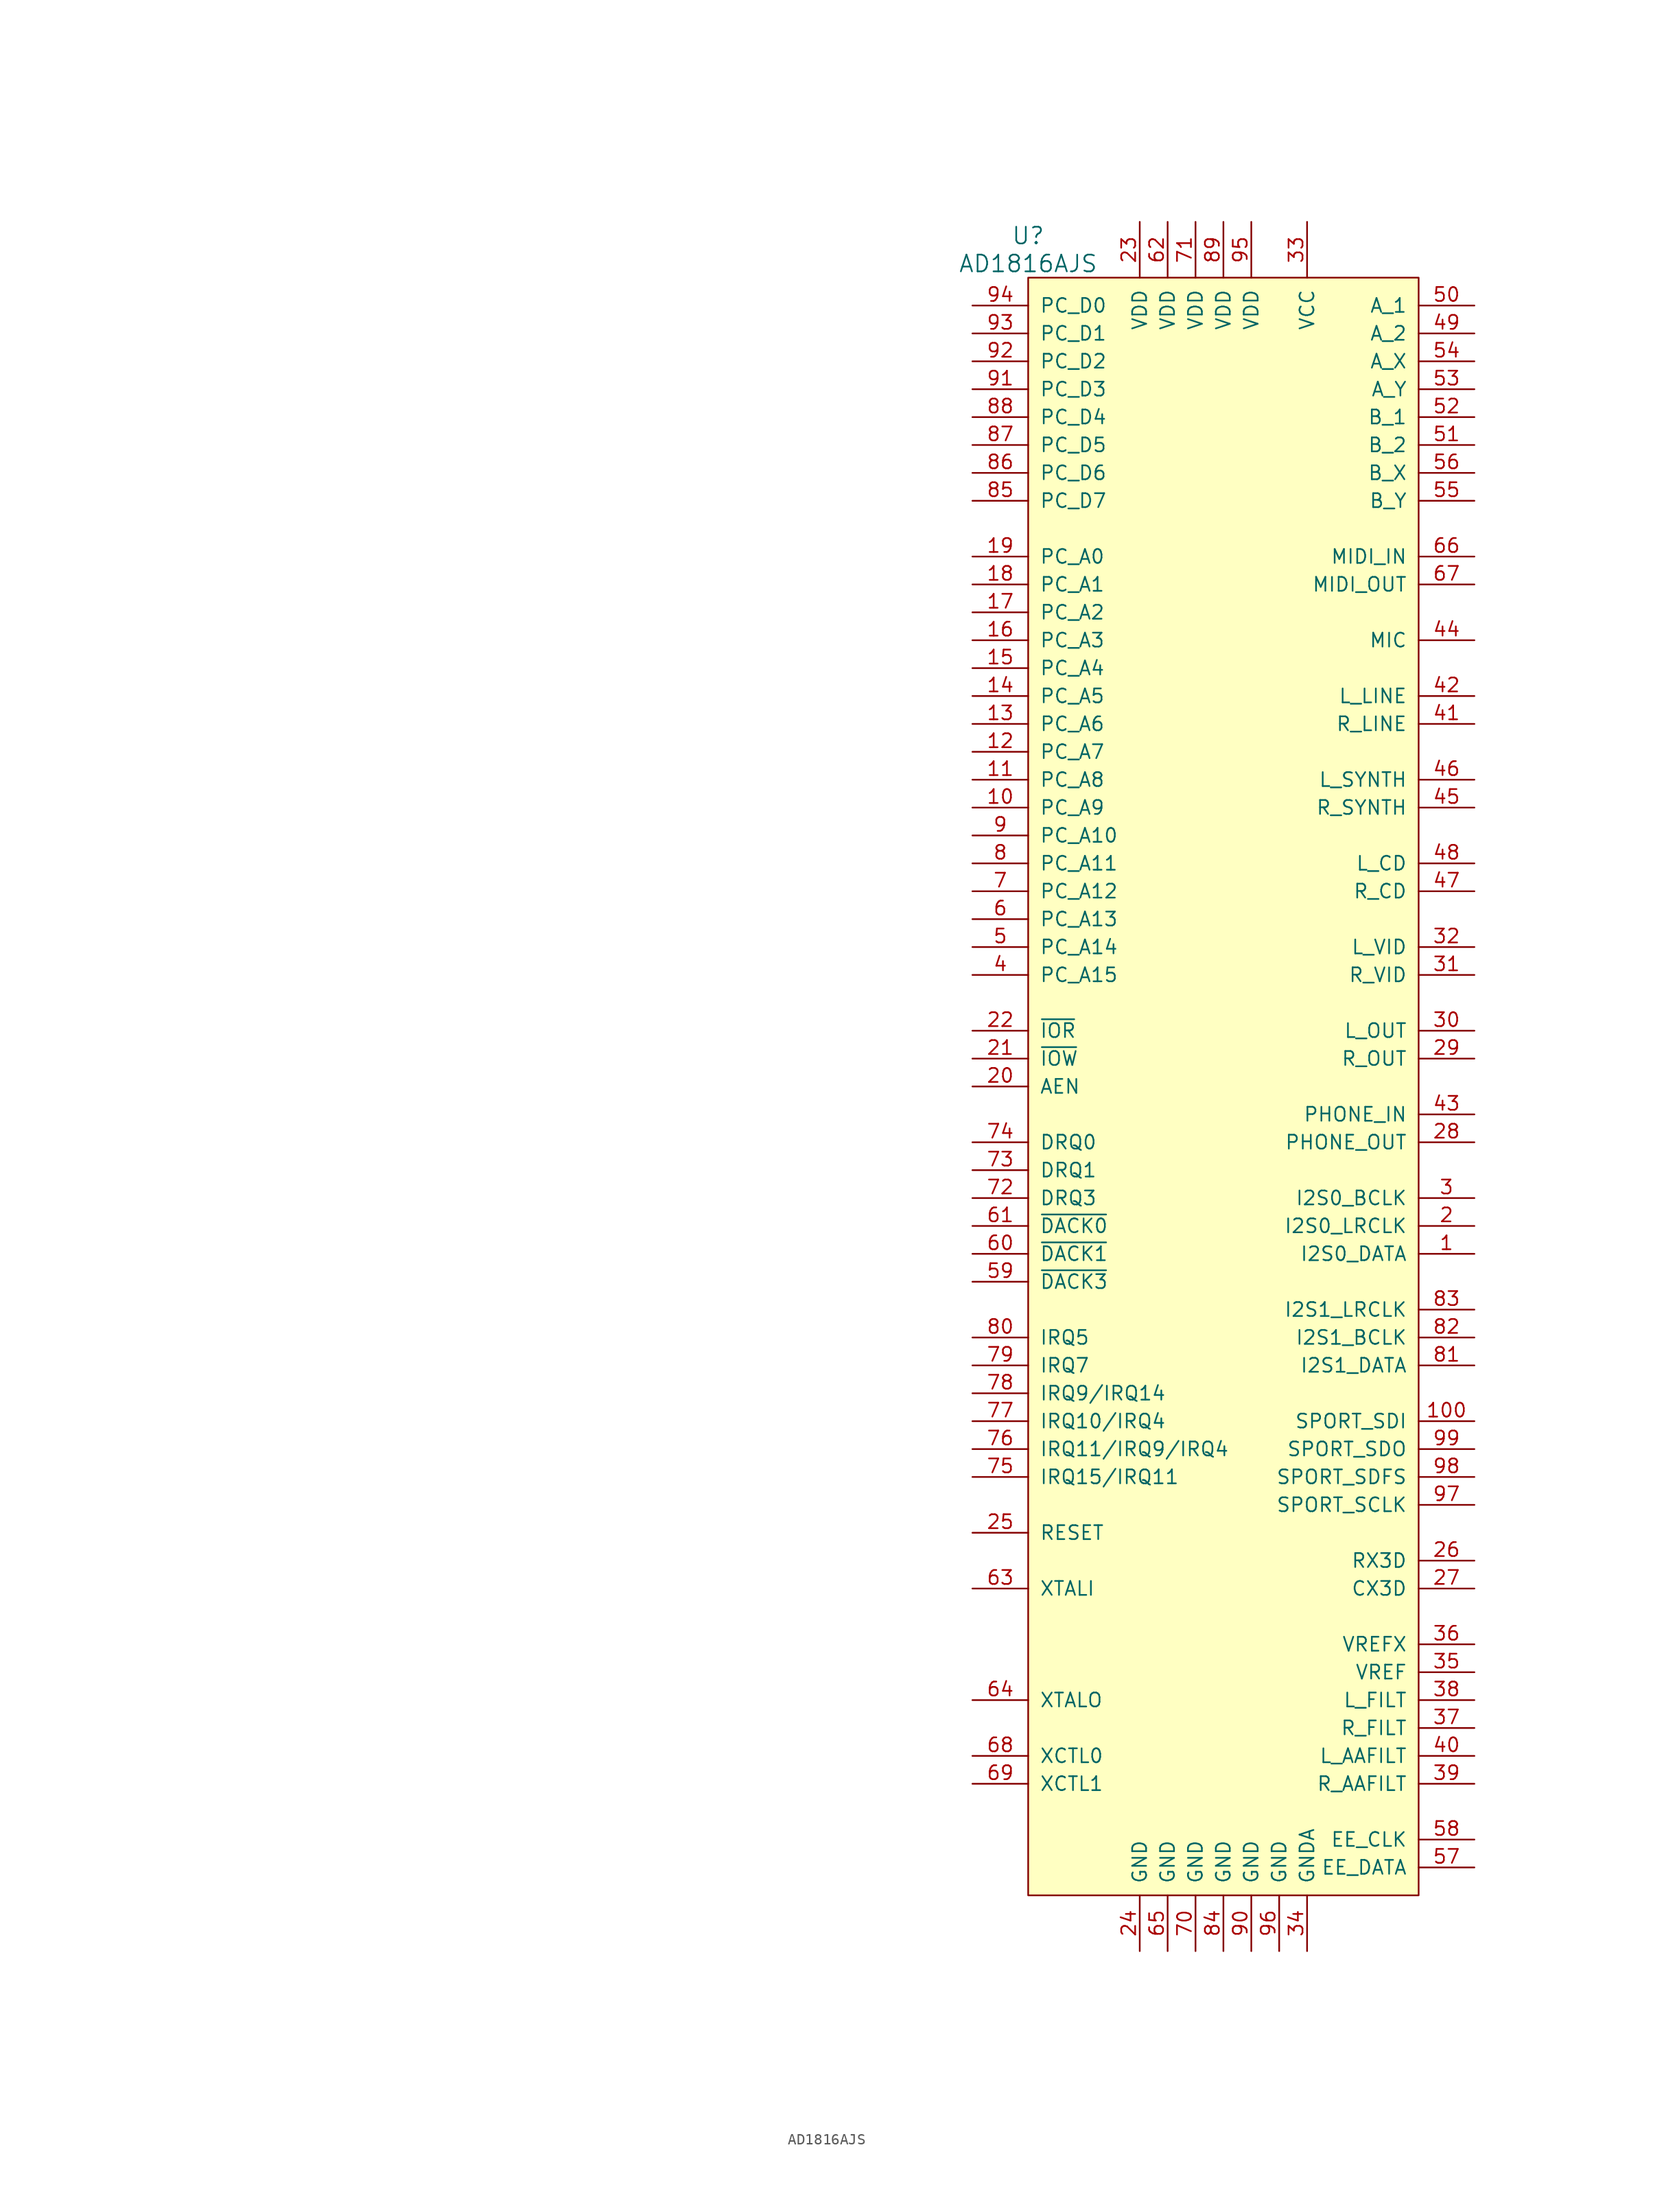
<source format=kicad_sym>
(kicad_symbol_lib
  (version 20211014)
  (generator kicad_symbol_editor)
  (symbol "AD1816AJS"
    (pin_names
      (offset 1.016))
    (property "Reference" "U"
      (at -17.78 54.61 0)
      (effects (font (size 1.524 1.524))))
    (property "Value" "AD1816AJS"
      (at -17.78 52.07 0)
      (effects (font (size 1.524 1.524))))
    (property "Footprint" ""
      (at -95.25 26.67 0)
      (effects (font (size 1.524 1.524))))
    (property "Datasheet" ""
      (at -95.25 26.67 0)
      (effects (font (size 1.524 1.524))))
    (symbol "AD1816AJS_0_1"
      (rectangle (start -17.78 50.8) (end 17.78 -96.52) (stroke (width 0) (type default) (color 0 0 0 0)) (fill (type background))))
    (symbol "AD1816AJS_1_1"
      (pin input line (at 22.86 -38.1 180) (length 5.08) (name "I2S0_DATA" (effects (font (size 1.27 1.27)))) (number "1" (effects (font (size 1.27 1.27)))))
      (pin input line (at -22.86 2.54 0) (length 5.08) (name "PC_A9" (effects (font (size 1.27 1.27)))) (number "10" (effects (font (size 1.27 1.27)))))
      (pin input line (at 22.86 -53.34 180) (length 5.08) (name "SPORT_SDI" (effects (font (size 1.27 1.27)))) (number "100" (effects (font (size 1.27 1.27)))))
      (pin input line (at -22.86 5.08 0) (length 5.08) (name "PC_A8" (effects (font (size 1.27 1.27)))) (number "11" (effects (font (size 1.27 1.27)))))
      (pin input line (at -22.86 7.62 0) (length 5.08) (name "PC_A7" (effects (font (size 1.27 1.27)))) (number "12" (effects (font (size 1.27 1.27)))))
      (pin input line (at -22.86 10.16 0) (length 5.08) (name "PC_A6" (effects (font (size 1.27 1.27)))) (number "13" (effects (font (size 1.27 1.27)))))
      (pin input line (at -22.86 12.7 0) (length 5.08) (name "PC_A5" (effects (font (size 1.27 1.27)))) (number "14" (effects (font (size 1.27 1.27)))))
      (pin input line (at -22.86 15.24 0) (length 5.08) (name "PC_A4" (effects (font (size 1.27 1.27)))) (number "15" (effects (font (size 1.27 1.27)))))
      (pin input line (at -22.86 17.78 0) (length 5.08) (name "PC_A3" (effects (font (size 1.27 1.27)))) (number "16" (effects (font (size 1.27 1.27)))))
      (pin input line (at -22.86 20.32 0) (length 5.08) (name "PC_A2" (effects (font (size 1.27 1.27)))) (number "17" (effects (font (size 1.27 1.27)))))
      (pin input line (at -22.86 22.86 0) (length 5.08) (name "PC_A1" (effects (font (size 1.27 1.27)))) (number "18" (effects (font (size 1.27 1.27)))))
      (pin input line (at -22.86 25.4 0) (length 5.08) (name "PC_A0" (effects (font (size 1.27 1.27)))) (number "19" (effects (font (size 1.27 1.27)))))
      (pin input line (at 22.86 -35.56 180) (length 5.08) (name "I2S0_LRCLK" (effects (font (size 1.27 1.27)))) (number "2" (effects (font (size 1.27 1.27)))))
      (pin input line (at -22.86 -22.86 0) (length 5.08) (name "AEN" (effects (font (size 1.27 1.27)))) (number "20" (effects (font (size 1.27 1.27)))))
      (pin input line (at -22.86 -20.32 0) (length 5.08) (name "~{IOW}" (effects (font (size 1.27 1.27)))) (number "21" (effects (font (size 1.27 1.27)))))
      (pin input line (at -22.86 -17.78 0) (length 5.08) (name "~{IOR}" (effects (font (size 1.27 1.27)))) (number "22" (effects (font (size 1.27 1.27)))))
      (pin power_in line (at -7.62 55.88 270) (length 5.08) (name "VDD" (effects (font (size 1.27 1.27)))) (number "23" (effects (font (size 1.27 1.27)))))
      (pin power_in line (at -7.62 -101.6 90) (length 5.08) (name "GND" (effects (font (size 1.27 1.27)))) (number "24" (effects (font (size 1.27 1.27)))))
      (pin input line (at -22.86 -63.5 0) (length 5.08) (name "RESET" (effects (font (size 1.27 1.27)))) (number "25" (effects (font (size 1.27 1.27)))))
      (pin output line (at 22.86 -66.04 180) (length 5.08) (name "RX3D" (effects (font (size 1.27 1.27)))) (number "26" (effects (font (size 1.27 1.27)))))
      (pin input line (at 22.86 -68.58 180) (length 5.08) (name "CX3D" (effects (font (size 1.27 1.27)))) (number "27" (effects (font (size 1.27 1.27)))))
      (pin output line (at 22.86 -27.94 180) (length 5.08) (name "PHONE_OUT" (effects (font (size 1.27 1.27)))) (number "28" (effects (font (size 1.27 1.27)))))
      (pin output line (at 22.86 -20.32 180) (length 5.08) (name "R_OUT" (effects (font (size 1.27 1.27)))) (number "29" (effects (font (size 1.27 1.27)))))
      (pin input line (at 22.86 -33.02 180) (length 5.08) (name "I2S0_BCLK" (effects (font (size 1.27 1.27)))) (number "3" (effects (font (size 1.27 1.27)))))
      (pin output line (at 22.86 -17.78 180) (length 5.08) (name "L_OUT" (effects (font (size 1.27 1.27)))) (number "30" (effects (font (size 1.27 1.27)))))
      (pin input line (at 22.86 -12.7 180) (length 5.08) (name "R_VID" (effects (font (size 1.27 1.27)))) (number "31" (effects (font (size 1.27 1.27)))))
      (pin input line (at 22.86 -10.16 180) (length 5.08) (name "L_VID" (effects (font (size 1.27 1.27)))) (number "32" (effects (font (size 1.27 1.27)))))
      (pin power_in line (at 7.62 55.88 270) (length 5.08) (name "VCC" (effects (font (size 1.27 1.27)))) (number "33" (effects (font (size 1.27 1.27)))))
      (pin power_in line (at 7.62 -101.6 90) (length 5.08) (name "GNDA" (effects (font (size 1.27 1.27)))) (number "34" (effects (font (size 1.27 1.27)))))
      (pin input line (at 22.86 -76.2 180) (length 5.08) (name "VREF" (effects (font (size 1.27 1.27)))) (number "35" (effects (font (size 1.27 1.27)))))
      (pin output line (at 22.86 -73.66 180) (length 5.08) (name "VREFX" (effects (font (size 1.27 1.27)))) (number "36" (effects (font (size 1.27 1.27)))))
      (pin input line (at 22.86 -81.28 180) (length 5.08) (name "R_FILT" (effects (font (size 1.27 1.27)))) (number "37" (effects (font (size 1.27 1.27)))))
      (pin input line (at 22.86 -78.74 180) (length 5.08) (name "L_FILT" (effects (font (size 1.27 1.27)))) (number "38" (effects (font (size 1.27 1.27)))))
      (pin input line (at 22.86 -86.36 180) (length 5.08) (name "R_AAFILT" (effects (font (size 1.27 1.27)))) (number "39" (effects (font (size 1.27 1.27)))))
      (pin input line (at -22.86 -12.7 0) (length 5.08) (name "PC_A15" (effects (font (size 1.27 1.27)))) (number "4" (effects (font (size 1.27 1.27)))))
      (pin input line (at 22.86 -83.82 180) (length 5.08) (name "L_AAFILT" (effects (font (size 1.27 1.27)))) (number "40" (effects (font (size 1.27 1.27)))))
      (pin input line (at 22.86 10.16 180) (length 5.08) (name "R_LINE" (effects (font (size 1.27 1.27)))) (number "41" (effects (font (size 1.27 1.27)))))
      (pin input line (at 22.86 12.7 180) (length 5.08) (name "L_LINE" (effects (font (size 1.27 1.27)))) (number "42" (effects (font (size 1.27 1.27)))))
      (pin input line (at 22.86 -25.4 180) (length 5.08) (name "PHONE_IN" (effects (font (size 1.27 1.27)))) (number "43" (effects (font (size 1.27 1.27)))))
      (pin input line (at 22.86 17.78 180) (length 5.08) (name "MIC" (effects (font (size 1.27 1.27)))) (number "44" (effects (font (size 1.27 1.27)))))
      (pin input line (at 22.86 2.54 180) (length 5.08) (name "R_SYNTH" (effects (font (size 1.27 1.27)))) (number "45" (effects (font (size 1.27 1.27)))))
      (pin input line (at 22.86 5.08 180) (length 5.08) (name "L_SYNTH" (effects (font (size 1.27 1.27)))) (number "46" (effects (font (size 1.27 1.27)))))
      (pin input line (at 22.86 -5.08 180) (length 5.08) (name "R_CD" (effects (font (size 1.27 1.27)))) (number "47" (effects (font (size 1.27 1.27)))))
      (pin input line (at 22.86 -2.54 180) (length 5.08) (name "L_CD" (effects (font (size 1.27 1.27)))) (number "48" (effects (font (size 1.27 1.27)))))
      (pin input line (at 22.86 45.72 180) (length 5.08) (name "A_2" (effects (font (size 1.27 1.27)))) (number "49" (effects (font (size 1.27 1.27)))))
      (pin input line (at -22.86 -10.16 0) (length 5.08) (name "PC_A14" (effects (font (size 1.27 1.27)))) (number "5" (effects (font (size 1.27 1.27)))))
      (pin input line (at 22.86 48.26 180) (length 5.08) (name "A_1" (effects (font (size 1.27 1.27)))) (number "50" (effects (font (size 1.27 1.27)))))
      (pin input line (at 22.86 35.56 180) (length 5.08) (name "B_2" (effects (font (size 1.27 1.27)))) (number "51" (effects (font (size 1.27 1.27)))))
      (pin input line (at 22.86 38.1 180) (length 5.08) (name "B_1" (effects (font (size 1.27 1.27)))) (number "52" (effects (font (size 1.27 1.27)))))
      (pin input line (at 22.86 40.64 180) (length 5.08) (name "A_Y" (effects (font (size 1.27 1.27)))) (number "53" (effects (font (size 1.27 1.27)))))
      (pin input line (at 22.86 43.18 180) (length 5.08) (name "A_X" (effects (font (size 1.27 1.27)))) (number "54" (effects (font (size 1.27 1.27)))))
      (pin input line (at 22.86 30.48 180) (length 5.08) (name "B_Y" (effects (font (size 1.27 1.27)))) (number "55" (effects (font (size 1.27 1.27)))))
      (pin input line (at 22.86 33.02 180) (length 5.08) (name "B_X" (effects (font (size 1.27 1.27)))) (number "56" (effects (font (size 1.27 1.27)))))
      (pin bidirectional line (at 22.86 -93.98 180) (length 5.08) (name "EE_DATA" (effects (font (size 1.27 1.27)))) (number "57" (effects (font (size 1.27 1.27)))))
      (pin output line (at 22.86 -91.44 180) (length 5.08) (name "EE_CLK" (effects (font (size 1.27 1.27)))) (number "58" (effects (font (size 1.27 1.27)))))
      (pin input line (at -22.86 -40.64 0) (length 5.08) (name "~{DACK3}" (effects (font (size 1.27 1.27)))) (number "59" (effects (font (size 1.27 1.27)))))
      (pin input line (at -22.86 -7.62 0) (length 5.08) (name "PC_A13" (effects (font (size 1.27 1.27)))) (number "6" (effects (font (size 1.27 1.27)))))
      (pin input line (at -22.86 -38.1 0) (length 5.08) (name "~{DACK1}" (effects (font (size 1.27 1.27)))) (number "60" (effects (font (size 1.27 1.27)))))
      (pin input line (at -22.86 -35.56 0) (length 5.08) (name "~{DACK0}" (effects (font (size 1.27 1.27)))) (number "61" (effects (font (size 1.27 1.27)))))
      (pin power_in line (at -5.08 55.88 270) (length 5.08) (name "VDD" (effects (font (size 1.27 1.27)))) (number "62" (effects (font (size 1.27 1.27)))))
      (pin input line (at -22.86 -68.58 0) (length 5.08) (name "XTALI" (effects (font (size 1.27 1.27)))) (number "63" (effects (font (size 1.27 1.27)))))
      (pin output line (at -22.86 -78.74 0) (length 5.08) (name "XTALO" (effects (font (size 1.27 1.27)))) (number "64" (effects (font (size 1.27 1.27)))))
      (pin power_in line (at -5.08 -101.6 90) (length 5.08) (name "GND" (effects (font (size 1.27 1.27)))) (number "65" (effects (font (size 1.27 1.27)))))
      (pin input line (at 22.86 25.4 180) (length 5.08) (name "MIDI_IN" (effects (font (size 1.27 1.27)))) (number "66" (effects (font (size 1.27 1.27)))))
      (pin output line (at 22.86 22.86 180) (length 5.08) (name "MIDI_OUT" (effects (font (size 1.27 1.27)))) (number "67" (effects (font (size 1.27 1.27)))))
      (pin open_collector line (at -22.86 -83.82 0) (length 5.08) (name "XCTL0" (effects (font (size 1.27 1.27)))) (number "68" (effects (font (size 1.27 1.27)))))
      (pin open_collector line (at -22.86 -86.36 0) (length 5.08) (name "XCTL1" (effects (font (size 1.27 1.27)))) (number "69" (effects (font (size 1.27 1.27)))))
      (pin input line (at -22.86 -5.08 0) (length 5.08) (name "PC_A12" (effects (font (size 1.27 1.27)))) (number "7" (effects (font (size 1.27 1.27)))))
      (pin power_in line (at -2.54 -101.6 90) (length 5.08) (name "GND" (effects (font (size 1.27 1.27)))) (number "70" (effects (font (size 1.27 1.27)))))
      (pin power_in line (at -2.54 55.88 270) (length 5.08) (name "VDD" (effects (font (size 1.27 1.27)))) (number "71" (effects (font (size 1.27 1.27)))))
      (pin open_collector line (at -22.86 -33.02 0) (length 5.08) (name "DRQ3" (effects (font (size 1.27 1.27)))) (number "72" (effects (font (size 1.27 1.27)))))
      (pin open_collector line (at -22.86 -30.48 0) (length 5.08) (name "DRQ1" (effects (font (size 1.27 1.27)))) (number "73" (effects (font (size 1.27 1.27)))))
      (pin open_collector line (at -22.86 -27.94 0) (length 5.08) (name "DRQ0" (effects (font (size 1.27 1.27)))) (number "74" (effects (font (size 1.27 1.27)))))
      (pin open_collector line (at -22.86 -58.42 0) (length 5.08) (name "IRQ15/IRQ11" (effects (font (size 1.27 1.27)))) (number "75" (effects (font (size 1.27 1.27)))))
      (pin open_collector line (at -22.86 -55.88 0) (length 5.08) (name "IRQ11/IRQ9/IRQ4" (effects (font (size 1.27 1.27)))) (number "76" (effects (font (size 1.27 1.27)))))
      (pin open_collector line (at -22.86 -53.34 0) (length 5.08) (name "IRQ10/IRQ4" (effects (font (size 1.27 1.27)))) (number "77" (effects (font (size 1.27 1.27)))))
      (pin open_collector line (at -22.86 -50.8 0) (length 5.08) (name "IRQ9/IRQ14" (effects (font (size 1.27 1.27)))) (number "78" (effects (font (size 1.27 1.27)))))
      (pin open_collector line (at -22.86 -48.26 0) (length 5.08) (name "IRQ7" (effects (font (size 1.27 1.27)))) (number "79" (effects (font (size 1.27 1.27)))))
      (pin input line (at -22.86 -2.54 0) (length 5.08) (name "PC_A11" (effects (font (size 1.27 1.27)))) (number "8" (effects (font (size 1.27 1.27)))))
      (pin open_collector line (at -22.86 -45.72 0) (length 5.08) (name "IRQ5" (effects (font (size 1.27 1.27)))) (number "80" (effects (font (size 1.27 1.27)))))
      (pin input line (at 22.86 -48.26 180) (length 5.08) (name "I2S1_DATA" (effects (font (size 1.27 1.27)))) (number "81" (effects (font (size 1.27 1.27)))))
      (pin input line (at 22.86 -45.72 180) (length 5.08) (name "I2S1_BCLK" (effects (font (size 1.27 1.27)))) (number "82" (effects (font (size 1.27 1.27)))))
      (pin input line (at 22.86 -43.18 180) (length 5.08) (name "I2S1_LRCLK" (effects (font (size 1.27 1.27)))) (number "83" (effects (font (size 1.27 1.27)))))
      (pin power_in line (at 0 -101.6 90) (length 5.08) (name "GND" (effects (font (size 1.27 1.27)))) (number "84" (effects (font (size 1.27 1.27)))))
      (pin tri_state line (at -22.86 30.48 0) (length 5.08) (name "PC_D7" (effects (font (size 1.27 1.27)))) (number "85" (effects (font (size 1.27 1.27)))))
      (pin tri_state line (at -22.86 33.02 0) (length 5.08) (name "PC_D6" (effects (font (size 1.27 1.27)))) (number "86" (effects (font (size 1.27 1.27)))))
      (pin tri_state line (at -22.86 35.56 0) (length 5.08) (name "PC_D5" (effects (font (size 1.27 1.27)))) (number "87" (effects (font (size 1.27 1.27)))))
      (pin tri_state line (at -22.86 38.1 0) (length 5.08) (name "PC_D4" (effects (font (size 1.27 1.27)))) (number "88" (effects (font (size 1.27 1.27)))))
      (pin power_in line (at 0 55.88 270) (length 5.08) (name "VDD" (effects (font (size 1.27 1.27)))) (number "89" (effects (font (size 1.27 1.27)))))
      (pin input line (at -22.86 0 0) (length 5.08) (name "PC_A10" (effects (font (size 1.27 1.27)))) (number "9" (effects (font (size 1.27 1.27)))))
      (pin power_in line (at 2.54 -101.6 90) (length 5.08) (name "GND" (effects (font (size 1.27 1.27)))) (number "90" (effects (font (size 1.27 1.27)))))
      (pin tri_state line (at -22.86 40.64 0) (length 5.08) (name "PC_D3" (effects (font (size 1.27 1.27)))) (number "91" (effects (font (size 1.27 1.27)))))
      (pin tri_state line (at -22.86 43.18 0) (length 5.08) (name "PC_D2" (effects (font (size 1.27 1.27)))) (number "92" (effects (font (size 1.27 1.27)))))
      (pin tri_state line (at -22.86 45.72 0) (length 5.08) (name "PC_D1" (effects (font (size 1.27 1.27)))) (number "93" (effects (font (size 1.27 1.27)))))
      (pin tri_state line (at -22.86 48.26 0) (length 5.08) (name "PC_D0" (effects (font (size 1.27 1.27)))) (number "94" (effects (font (size 1.27 1.27)))))
      (pin power_in line (at 2.54 55.88 270) (length 5.08) (name "VDD" (effects (font (size 1.27 1.27)))) (number "95" (effects (font (size 1.27 1.27)))))
      (pin power_in line (at 5.08 -101.6 90) (length 5.08) (name "GND" (effects (font (size 1.27 1.27)))) (number "96" (effects (font (size 1.27 1.27)))))
      (pin output line (at 22.86 -60.96 180) (length 5.08) (name "SPORT_SCLK" (effects (font (size 1.27 1.27)))) (number "97" (effects (font (size 1.27 1.27)))))
      (pin output line (at 22.86 -58.42 180) (length 5.08) (name "SPORT_SDFS" (effects (font (size 1.27 1.27)))) (number "98" (effects (font (size 1.27 1.27)))))
      (pin output line (at 22.86 -55.88 180) (length 5.08) (name "SPORT_SDO" (effects (font (size 1.27 1.27)))) (number "99" (effects (font (size 1.27 1.27))))))))
</source>
